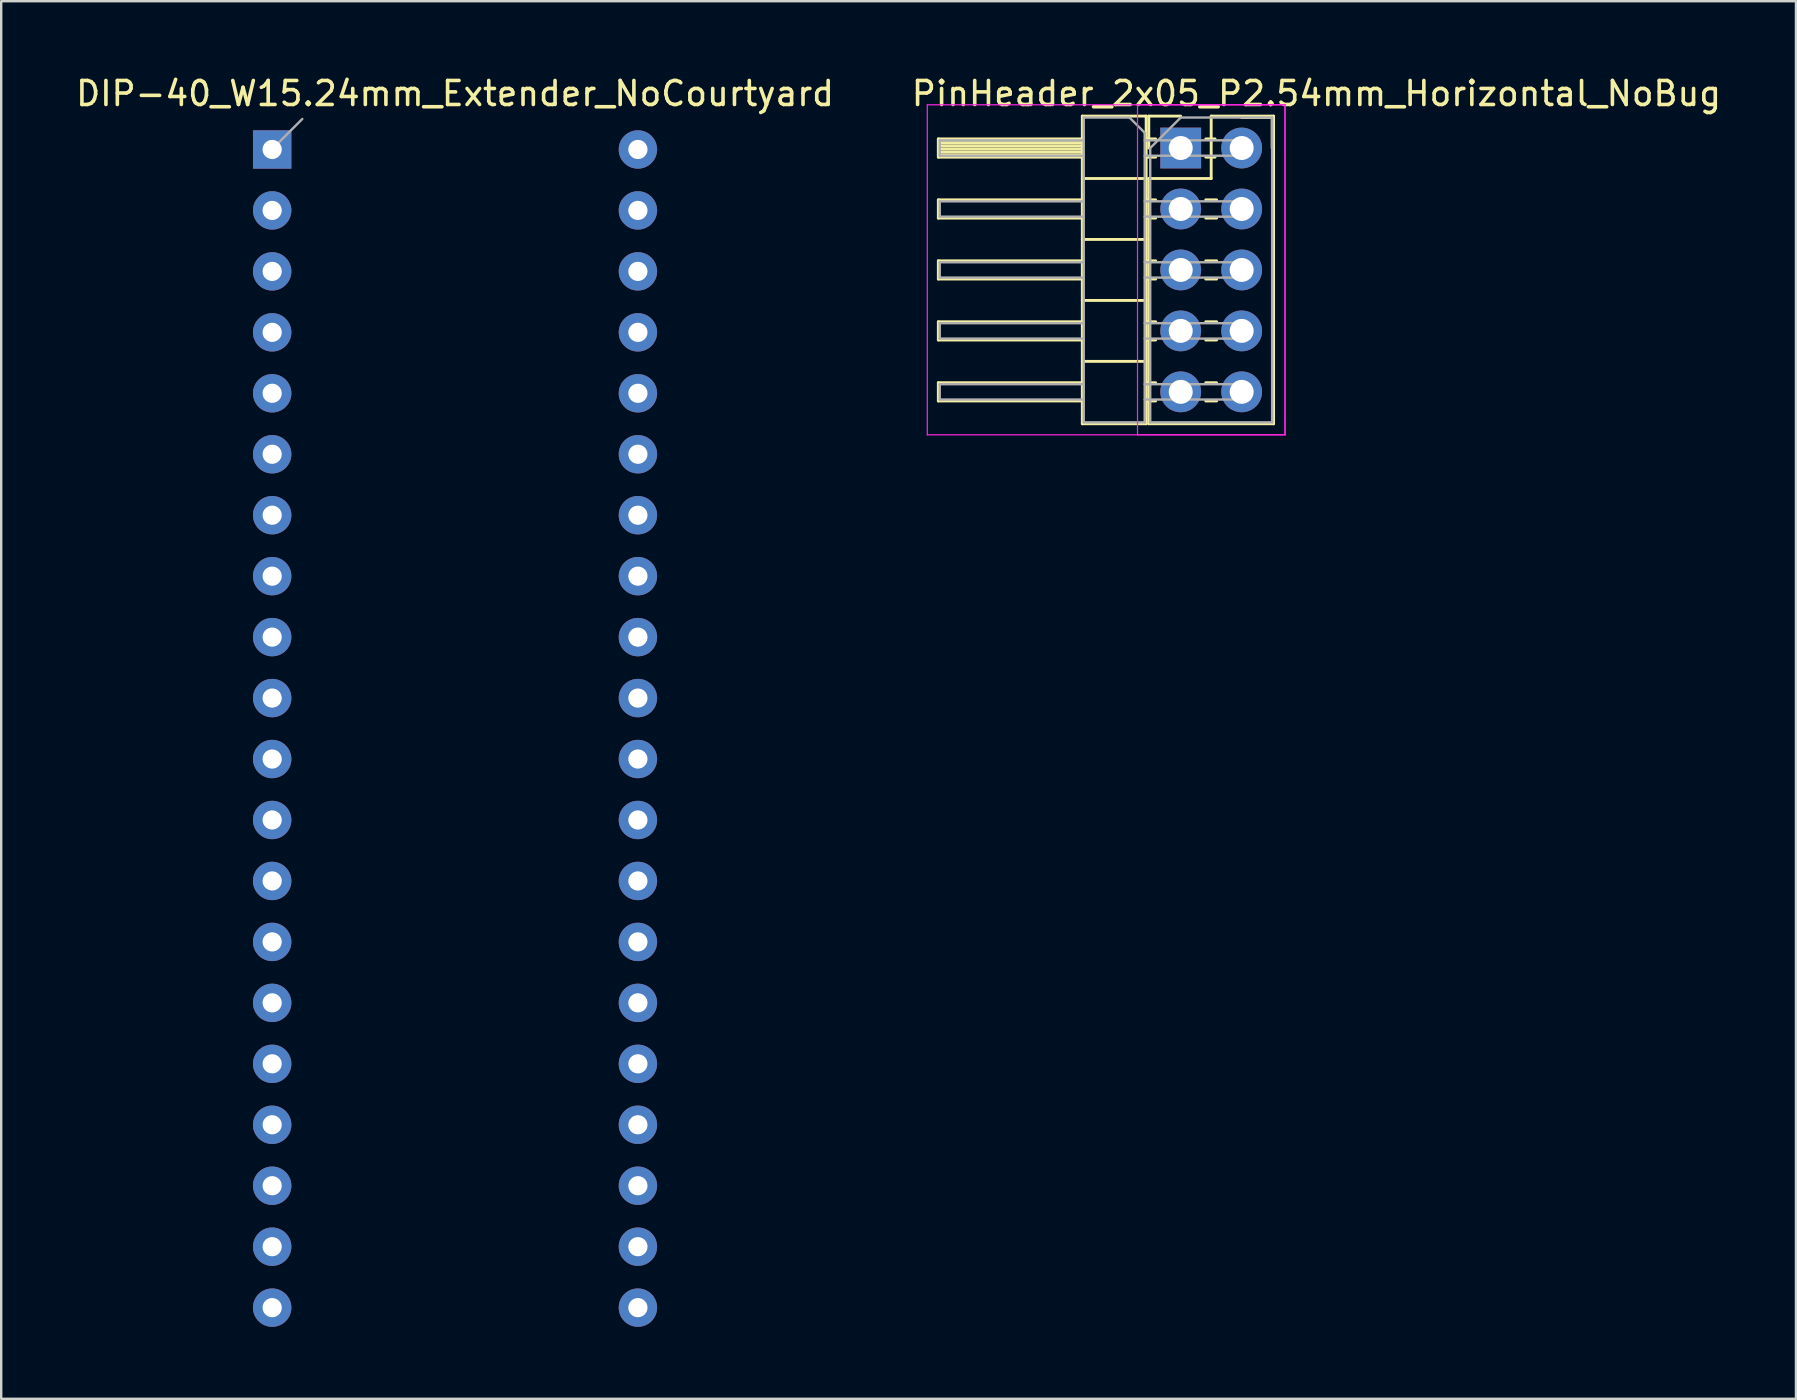
<source format=kicad_pcb>
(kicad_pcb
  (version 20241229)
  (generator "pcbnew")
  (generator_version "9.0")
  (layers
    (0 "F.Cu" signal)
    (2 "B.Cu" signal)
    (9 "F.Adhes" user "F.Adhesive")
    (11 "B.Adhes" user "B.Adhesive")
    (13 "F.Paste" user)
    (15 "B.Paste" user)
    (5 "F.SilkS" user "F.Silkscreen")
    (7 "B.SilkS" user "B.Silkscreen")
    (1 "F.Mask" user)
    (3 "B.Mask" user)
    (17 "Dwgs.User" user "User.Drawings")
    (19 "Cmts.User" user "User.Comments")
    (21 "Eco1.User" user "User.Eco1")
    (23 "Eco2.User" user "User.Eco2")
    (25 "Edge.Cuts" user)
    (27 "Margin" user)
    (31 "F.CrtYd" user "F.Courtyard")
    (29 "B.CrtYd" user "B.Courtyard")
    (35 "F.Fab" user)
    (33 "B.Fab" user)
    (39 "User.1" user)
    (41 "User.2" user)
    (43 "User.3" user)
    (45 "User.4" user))
  (footprint "DIP-40_W15.24mm_Extender_NoCourtyard"
    (layer "F.Cu")
    (at 8.291 3.178)
    (property "Reference" "DIP-40_W15.24mm_Extender_NoCourtyard" (at 7.62 -2.33 180) (layer "F.SilkS") (effects (font (size 1 1) (thickness 0.15))))
    (attr through_hole)
    (fp_line (start 0.255 -0.27) (end 1.255 -1.27) (stroke (width 0.1) (type solid)) (layer "F.Fab"))
    (pad "1" thru_hole rect (at 0 0) (size 1.6 1.6) (drill 0.8) (layers "*.Cu" "*.Mask"))
    (pad "2" thru_hole oval (at 0 2.54) (size 1.6 1.6) (drill 0.8) (layers "*.Cu" "*.Mask"))
    (pad "3" thru_hole oval (at 0 5.08) (size 1.6 1.6) (drill 0.8) (layers "*.Cu" "*.Mask"))
    (pad "4" thru_hole oval (at 0 7.62) (size 1.6 1.6) (drill 0.8) (layers "*.Cu" "*.Mask"))
    (pad "5" thru_hole oval (at 0 10.16) (size 1.6 1.6) (drill 0.8) (layers "*.Cu" "*.Mask"))
    (pad "6" thru_hole oval (at 0 12.7) (size 1.6 1.6) (drill 0.8) (layers "*.Cu" "*.Mask"))
    (pad "7" thru_hole oval (at 0 15.24) (size 1.6 1.6) (drill 0.8) (layers "*.Cu" "*.Mask"))
    (pad "8" thru_hole oval (at 0 17.78) (size 1.6 1.6) (drill 0.8) (layers "*.Cu" "*.Mask"))
    (pad "9" thru_hole oval (at 0 20.32) (size 1.6 1.6) (drill 0.8) (layers "*.Cu" "*.Mask"))
    (pad "10" thru_hole oval (at 0 22.86) (size 1.6 1.6) (drill 0.8) (layers "*.Cu" "*.Mask"))
    (pad "11" thru_hole oval (at 0 25.4) (size 1.6 1.6) (drill 0.8) (layers "*.Cu" "*.Mask"))
    (pad "12" thru_hole oval (at 0 27.94) (size 1.6 1.6) (drill 0.8) (layers "*.Cu" "*.Mask"))
    (pad "13" thru_hole oval (at 0 30.48) (size 1.6 1.6) (drill 0.8) (layers "*.Cu" "*.Mask"))
    (pad "14" thru_hole oval (at 0 33.02) (size 1.6 1.6) (drill 0.8) (layers "*.Cu" "*.Mask"))
    (pad "15" thru_hole oval (at 0 35.56) (size 1.6 1.6) (drill 0.8) (layers "*.Cu" "*.Mask"))
    (pad "16" thru_hole oval (at 0 38.1) (size 1.6 1.6) (drill 0.8) (layers "*.Cu" "*.Mask"))
    (pad "17" thru_hole oval (at 0 40.64) (size 1.6 1.6) (drill 0.8) (layers "*.Cu" "*.Mask"))
    (pad "18" thru_hole oval (at 0 43.18) (size 1.6 1.6) (drill 0.8) (layers "*.Cu" "*.Mask"))
    (pad "19" thru_hole oval (at 0 45.72) (size 1.6 1.6) (drill 0.8) (layers "*.Cu" "*.Mask"))
    (pad "20" thru_hole oval (at 0 48.26) (size 1.6 1.6) (drill 0.8) (layers "*.Cu" "*.Mask"))
    (pad "21" thru_hole oval (at 15.24 48.26) (size 1.6 1.6) (drill 0.8) (layers "*.Cu" "*.Mask"))
    (pad "22" thru_hole oval (at 15.24 45.72) (size 1.6 1.6) (drill 0.8) (layers "*.Cu" "*.Mask"))
    (pad "23" thru_hole oval (at 15.24 43.18) (size 1.6 1.6) (drill 0.8) (layers "*.Cu" "*.Mask"))
    (pad "24" thru_hole oval (at 15.24 40.64) (size 1.6 1.6) (drill 0.8) (layers "*.Cu" "*.Mask"))
    (pad "25" thru_hole oval (at 15.24 38.1) (size 1.6 1.6) (drill 0.8) (layers "*.Cu" "*.Mask"))
    (pad "26" thru_hole oval (at 15.24 35.56) (size 1.6 1.6) (drill 0.8) (layers "*.Cu" "*.Mask"))
    (pad "27" thru_hole oval (at 15.24 33.02) (size 1.6 1.6) (drill 0.8) (layers "*.Cu" "*.Mask"))
    (pad "28" thru_hole oval (at 15.24 30.48) (size 1.6 1.6) (drill 0.8) (layers "*.Cu" "*.Mask"))
    (pad "29" thru_hole oval (at 15.24 27.94) (size 1.6 1.6) (drill 0.8) (layers "*.Cu" "*.Mask"))
    (pad "30" thru_hole oval (at 15.24 25.4) (size 1.6 1.6) (drill 0.8) (layers "*.Cu" "*.Mask"))
    (pad "31" thru_hole oval (at 15.24 22.86) (size 1.6 1.6) (drill 0.8) (layers "*.Cu" "*.Mask"))
    (pad "32" thru_hole oval (at 15.24 20.32) (size 1.6 1.6) (drill 0.8) (layers "*.Cu" "*.Mask"))
    (pad "33" thru_hole oval (at 15.24 17.78) (size 1.6 1.6) (drill 0.8) (layers "*.Cu" "*.Mask"))
    (pad "34" thru_hole oval (at 15.24 15.24) (size 1.6 1.6) (drill 0.8) (layers "*.Cu" "*.Mask"))
    (pad "35" thru_hole oval (at 15.24 12.7) (size 1.6 1.6) (drill 0.8) (layers "*.Cu" "*.Mask"))
    (pad "36" thru_hole oval (at 15.24 10.16) (size 1.6 1.6) (drill 0.8) (layers "*.Cu" "*.Mask"))
    (pad "37" thru_hole oval (at 15.24 7.62) (size 1.6 1.6) (drill 0.8) (layers "*.Cu" "*.Mask"))
    (pad "38" thru_hole oval (at 15.24 5.08) (size 1.6 1.6) (drill 0.8) (layers "*.Cu" "*.Mask"))
    (pad "39" thru_hole oval (at 15.24 2.54) (size 1.6 1.6) (drill 0.8) (layers "*.Cu" "*.Mask"))
    (pad "40" thru_hole oval (at 15.24 0) (size 1.6 1.6) (drill 0.8) (layers "*.Cu" "*.Mask")))
  (footprint "PinHeader_2x05_P2.54mm_Horizontal_NoBug"
    (layer "F.Cu")
    (at 46.149 3.118)
    (property "Reference" "PinHeader_2x05_P2.54mm_Horizontal_NoBug" (at 5.655 -2.27 0) (layer "F.SilkS") (effects (font (size 1 1) (thickness 0.15))))
    (attr through_hole)
    (fp_line (start -10.1 -0.38) (end -10.1 0.38) (stroke (width 0.12) (type solid)) (layer "F.SilkS"))
    (fp_line (start -10.1 0.38) (end -4.1 0.38) (stroke (width 0.12) (type solid)) (layer "F.SilkS"))
    (fp_line (start -10.1 2.16) (end -10.1 2.92) (stroke (width 0.12) (type solid)) (layer "F.SilkS"))
    (fp_line (start -10.1 2.92) (end -4.1 2.92) (stroke (width 0.12) (type solid)) (layer "F.SilkS"))
    (fp_line (start -10.1 4.7) (end -10.1 5.46) (stroke (width 0.12) (type solid)) (layer "F.SilkS"))
    (fp_line (start -10.1 5.46) (end -4.1 5.46) (stroke (width 0.12) (type solid)) (layer "F.SilkS"))
    (fp_line (start -10.1 7.24) (end -10.1 8) (stroke (width 0.12) (type solid)) (layer "F.SilkS"))
    (fp_line (start -10.1 8) (end -4.1 8) (stroke (width 0.12) (type solid)) (layer "F.SilkS"))
    (fp_line (start -10.1 9.78) (end -10.1 10.54) (stroke (width 0.12) (type solid)) (layer "F.SilkS"))
    (fp_line (start -10.1 10.54) (end -4.1 10.54) (stroke (width 0.12) (type solid)) (layer "F.SilkS"))
    (fp_line (start -4.1 -1.33) (end -1.44 -1.33) (stroke (width 0.12) (type solid)) (layer "F.SilkS"))
    (fp_line (start -4.1 -0.38) (end -10.1 -0.38) (stroke (width 0.12) (type solid)) (layer "F.SilkS"))
    (fp_line (start -4.1 -0.32) (end -10.1 -0.32) (stroke (width 0.12) (type solid)) (layer "F.SilkS"))
    (fp_line (start -4.1 -0.2) (end -10.1 -0.2) (stroke (width 0.12) (type solid)) (layer "F.SilkS"))
    (fp_line (start -4.1 -0.08) (end -10.1 -0.08) (stroke (width 0.12) (type solid)) (layer "F.SilkS"))
    (fp_line (start -4.1 0.04) (end -10.1 0.04) (stroke (width 0.12) (type solid)) (layer "F.SilkS"))
    (fp_line (start -4.1 0.16) (end -10.1 0.16) (stroke (width 0.12) (type solid)) (layer "F.SilkS"))
    (fp_line (start -4.1 0.28) (end -10.1 0.28) (stroke (width 0.12) (type solid)) (layer "F.SilkS"))
    (fp_line (start -4.1 2.16) (end -10.1 2.16) (stroke (width 0.12) (type solid)) (layer "F.SilkS"))
    (fp_line (start -4.1 4.7) (end -10.1 4.7) (stroke (width 0.12) (type solid)) (layer "F.SilkS"))
    (fp_line (start -4.1 7.24) (end -10.1 7.24) (stroke (width 0.12) (type solid)) (layer "F.SilkS"))
    (fp_line (start -4.1 9.78) (end -10.1 9.78) (stroke (width 0.12) (type solid)) (layer "F.SilkS"))
    (fp_line (start -4.1 11.49) (end -4.1 -1.33) (stroke (width 0.12) (type solid)) (layer "F.SilkS"))
    (fp_line (start -1.44 -1.33) (end -1.44 11.49) (stroke (width 0.12) (type solid)) (layer "F.SilkS"))
    (fp_line (start -1.44 1.27) (end -4.1 1.27) (stroke (width 0.12) (type solid)) (layer "F.SilkS"))
    (fp_line (start -1.44 3.81) (end -4.1 3.81) (stroke (width 0.12) (type solid)) (layer "F.SilkS"))
    (fp_line (start -1.44 6.35) (end -4.1 6.35) (stroke (width 0.12) (type solid)) (layer "F.SilkS"))
    (fp_line (start -1.44 8.89) (end -4.1 8.89) (stroke (width 0.12) (type solid)) (layer "F.SilkS"))
    (fp_line (start -1.44 11.49) (end -4.1 11.49) (stroke (width 0.12) (type solid)) (layer "F.SilkS"))
    (fp_line (start -1.33 -1.33) (end 0 -1.33) (stroke (width 0.12) (type solid)) (layer "F.SilkS"))
    (fp_line (start -1.33 0) (end -1.33 -1.33) (stroke (width 0.12) (type solid)) (layer "F.SilkS"))
    (fp_line (start -1.33 1.27) (end -1.33 11.49) (stroke (width 0.12) (type solid)) (layer "F.SilkS"))
    (fp_line (start -1.33 1.27) (end 1.27 1.27) (stroke (width 0.12) (type solid)) (layer "F.SilkS"))
    (fp_line (start -1.33 11.49) (end 3.87 11.49) (stroke (width 0.12) (type solid)) (layer "F.SilkS"))
    (fp_line (start -1.043 -0.38) (end -1.44 -0.38) (stroke (width 0.12) (type solid)) (layer "F.SilkS"))
    (fp_line (start -1.043 0.38) (end -1.44 0.38) (stroke (width 0.12) (type solid)) (layer "F.SilkS"))
    (fp_line (start -1.043 2.16) (end -1.44 2.16) (stroke (width 0.12) (type solid)) (layer "F.SilkS"))
    (fp_line (start -1.043 2.92) (end -1.44 2.92) (stroke (width 0.12) (type solid)) (layer "F.SilkS"))
    (fp_line (start -1.043 4.7) (end -1.44 4.7) (stroke (width 0.12) (type solid)) (layer "F.SilkS"))
    (fp_line (start -1.043 5.46) (end -1.44 5.46) (stroke (width 0.12) (type solid)) (layer "F.SilkS"))
    (fp_line (start -1.043 7.24) (end -1.44 7.24) (stroke (width 0.12) (type solid)) (layer "F.SilkS"))
    (fp_line (start -1.043 8) (end -1.44 8) (stroke (width 0.12) (type solid)) (layer "F.SilkS"))
    (fp_line (start -1.043 9.78) (end -1.44 9.78) (stroke (width 0.12) (type solid)) (layer "F.SilkS"))
    (fp_line (start -1.043 10.54) (end -1.44 10.54) (stroke (width 0.12) (type solid)) (layer "F.SilkS"))
    (fp_line (start 1.27 -1.33) (end 3.87 -1.33) (stroke (width 0.12) (type solid)) (layer "F.SilkS"))
    (fp_line (start 1.27 1.27) (end 1.27 -1.33) (stroke (width 0.12) (type solid)) (layer "F.SilkS"))
    (fp_line (start 1.43 -0.38) (end 1.043 -0.38) (stroke (width 0.12) (type solid)) (layer "F.SilkS"))
    (fp_line (start 1.43 0.38) (end 1.043 0.38) (stroke (width 0.12) (type solid)) (layer "F.SilkS"))
    (fp_line (start 1.497 2.16) (end 1.043 2.16) (stroke (width 0.12) (type solid)) (layer "F.SilkS"))
    (fp_line (start 1.497 2.92) (end 1.043 2.92) (stroke (width 0.12) (type solid)) (layer "F.SilkS"))
    (fp_line (start 1.497 4.7) (end 1.043 4.7) (stroke (width 0.12) (type solid)) (layer "F.SilkS"))
    (fp_line (start 1.497 5.46) (end 1.043 5.46) (stroke (width 0.12) (type solid)) (layer "F.SilkS"))
    (fp_line (start 1.497 7.24) (end 1.043 7.24) (stroke (width 0.12) (type solid)) (layer "F.SilkS"))
    (fp_line (start 1.497 8) (end 1.043 8) (stroke (width 0.12) (type solid)) (layer "F.SilkS"))
    (fp_line (start 1.497 9.78) (end 1.043 9.78) (stroke (width 0.12) (type solid)) (layer "F.SilkS"))
    (fp_line (start 1.497 10.54) (end 1.043 10.54) (stroke (width 0.12) (type solid)) (layer "F.SilkS"))
    (fp_line (start 3.81 -1.27) (end 2.54 -1.27) (stroke (width 0.12) (type solid)) (layer "F.SilkS"))
    (fp_line (start 3.81 0) (end 3.81 -1.27) (stroke (width 0.12) (type solid)) (layer "F.SilkS"))
    (fp_line (start 3.87 -1.33) (end 3.87 11.49) (stroke (width 0.12) (type solid)) (layer "F.SilkS"))
    (fp_line (start -10.56 -1.8) (end 4.34 -1.8) (stroke (width 0.05) (type solid)) (layer "F.CrtYd"))
    (fp_line (start -10.56 11.95) (end -10.56 -1.8) (stroke (width 0.05) (type solid)) (layer "F.CrtYd"))
    (fp_line (start -1.8 -1.8) (end -1.8 11.95) (stroke (width 0.05) (type solid)) (layer "F.CrtYd"))
    (fp_line (start -1.8 11.95) (end 4.35 11.95) (stroke (width 0.05) (type solid)) (layer "F.CrtYd"))
    (fp_line (start 4.34 -1.8) (end 4.34 11.95) (stroke (width 0.05) (type solid)) (layer "F.CrtYd"))
    (fp_line (start 4.34 11.95) (end -10.56 11.95) (stroke (width 0.05) (type solid)) (layer "F.CrtYd"))
    (fp_line (start 4.35 -1.8) (end -1.8 -1.8) (stroke (width 0.05) (type solid)) (layer "F.CrtYd"))
    (fp_line (start 4.35 11.95) (end 4.35 -1.8) (stroke (width 0.05) (type solid)) (layer "F.CrtYd"))
    (fp_line (start -10.04 -0.32) (end -10.04 0.32) (stroke (width 0.1) (type solid)) (layer "F.Fab"))
    (fp_line (start -10.04 2.22) (end -10.04 2.86) (stroke (width 0.1) (type solid)) (layer "F.Fab"))
    (fp_line (start -10.04 4.76) (end -10.04 5.4) (stroke (width 0.1) (type solid)) (layer "F.Fab"))
    (fp_line (start -10.04 7.3) (end -10.04 7.94) (stroke (width 0.1) (type solid)) (layer "F.Fab"))
    (fp_line (start -10.04 9.84) (end -10.04 10.48) (stroke (width 0.1) (type solid)) (layer "F.Fab"))
    (fp_line (start -4.04 -1.27) (end -4.04 11.43) (stroke (width 0.1) (type solid)) (layer "F.Fab"))
    (fp_line (start -4.04 -0.32) (end -10.04 -0.32) (stroke (width 0.1) (type solid)) (layer "F.Fab"))
    (fp_line (start -4.04 0.32) (end -10.04 0.32) (stroke (width 0.1) (type solid)) (layer "F.Fab"))
    (fp_line (start -4.04 2.22) (end -10.04 2.22) (stroke (width 0.1) (type solid)) (layer "F.Fab"))
    (fp_line (start -4.04 2.86) (end -10.04 2.86) (stroke (width 0.1) (type solid)) (layer "F.Fab"))
    (fp_line (start -4.04 4.76) (end -10.04 4.76) (stroke (width 0.1) (type solid)) (layer "F.Fab"))
    (fp_line (start -4.04 5.4) (end -10.04 5.4) (stroke (width 0.1) (type solid)) (layer "F.Fab"))
    (fp_line (start -4.04 7.3) (end -10.04 7.3) (stroke (width 0.1) (type solid)) (layer "F.Fab"))
    (fp_line (start -4.04 7.94) (end -10.04 7.94) (stroke (width 0.1) (type solid)) (layer "F.Fab"))
    (fp_line (start -4.04 9.84) (end -10.04 9.84) (stroke (width 0.1) (type solid)) (layer "F.Fab"))
    (fp_line (start -4.04 10.48) (end -10.04 10.48) (stroke (width 0.1) (type solid)) (layer "F.Fab"))
    (fp_line (start -4.04 11.43) (end -1.5 11.43) (stroke (width 0.1) (type solid)) (layer "F.Fab"))
    (fp_line (start -2.135 -1.27) (end -4.04 -1.27) (stroke (width 0.1) (type solid)) (layer "F.Fab"))
    (fp_line (start -1.5 -0.635) (end -2.135 -1.27) (stroke (width 0.1) (type solid)) (layer "F.Fab"))
    (fp_line (start -1.5 11.43) (end -1.5 -0.635) (stroke (width 0.1) (type solid)) (layer "F.Fab"))
    (fp_line (start -1.27 0) (end 0 -1.27) (stroke (width 0.1) (type solid)) (layer "F.Fab"))
    (fp_line (start -1.27 11.43) (end -1.27 0) (stroke (width 0.1) (type solid)) (layer "F.Fab"))
    (fp_line (start 0 -1.27) (end 3.81 -1.27) (stroke (width 0.1) (type solid)) (layer "F.Fab"))
    (fp_line (start 2.86 -0.32) (end -1.5 -0.32) (stroke (width 0.1) (type solid)) (layer "F.Fab"))
    (fp_line (start 2.86 -0.32) (end 2.86 0.32) (stroke (width 0.1) (type solid)) (layer "F.Fab"))
    (fp_line (start 2.86 0.32) (end -1.5 0.32) (stroke (width 0.1) (type solid)) (layer "F.Fab"))
    (fp_line (start 2.86 2.22) (end -1.5 2.22) (stroke (width 0.1) (type solid)) (layer "F.Fab"))
    (fp_line (start 2.86 2.22) (end 2.86 2.86) (stroke (width 0.1) (type solid)) (layer "F.Fab"))
    (fp_line (start 2.86 2.86) (end -1.5 2.86) (stroke (width 0.1) (type solid)) (layer "F.Fab"))
    (fp_line (start 2.86 4.76) (end -1.5 4.76) (stroke (width 0.1) (type solid)) (layer "F.Fab"))
    (fp_line (start 2.86 4.76) (end 2.86 5.4) (stroke (width 0.1) (type solid)) (layer "F.Fab"))
    (fp_line (start 2.86 5.4) (end -1.5 5.4) (stroke (width 0.1) (type solid)) (layer "F.Fab"))
    (fp_line (start 2.86 7.3) (end -1.5 7.3) (stroke (width 0.1) (type solid)) (layer "F.Fab"))
    (fp_line (start 2.86 7.3) (end 2.86 7.94) (stroke (width 0.1) (type solid)) (layer "F.Fab"))
    (fp_line (start 2.86 7.94) (end -1.5 7.94) (stroke (width 0.1) (type solid)) (layer "F.Fab"))
    (fp_line (start 2.86 9.84) (end -1.5 9.84) (stroke (width 0.1) (type solid)) (layer "F.Fab"))
    (fp_line (start 2.86 9.84) (end 2.86 10.48) (stroke (width 0.1) (type solid)) (layer "F.Fab"))
    (fp_line (start 2.86 10.48) (end -1.5 10.48) (stroke (width 0.1) (type solid)) (layer "F.Fab"))
    (fp_line (start 3.81 -1.27) (end 3.81 11.43) (stroke (width 0.1) (type solid)) (layer "F.Fab"))
    (fp_line (start 3.81 11.43) (end -1.27 11.43) (stroke (width 0.1) (type solid)) (layer "F.Fab"))
    (pad "1" thru_hole rect (at 0 0) (size 1.7 1.7) (drill 1) (layers "*.Cu" "*.Mask"))
    (pad "2" thru_hole oval (at 2.54 0) (size 1.7 1.7) (drill 1) (layers "*.Cu" "*.Mask"))
    (pad "3" thru_hole oval (at 0 2.54) (size 1.7 1.7) (drill 1) (layers "*.Cu" "*.Mask"))
    (pad "4" thru_hole oval (at 2.54 2.54) (size 1.7 1.7) (drill 1) (layers "*.Cu" "*.Mask"))
    (pad "5" thru_hole oval (at 0 5.08) (size 1.7 1.7) (drill 1) (layers "*.Cu" "*.Mask"))
    (pad "6" thru_hole oval (at 2.54 5.08) (size 1.7 1.7) (drill 1) (layers "*.Cu" "*.Mask"))
    (pad "7" thru_hole oval (at 0 7.62) (size 1.7 1.7) (drill 1) (layers "*.Cu" "*.Mask"))
    (pad "8" thru_hole oval (at 2.54 7.62) (size 1.7 1.7) (drill 1) (layers "*.Cu" "*.Mask"))
    (pad "9" thru_hole oval (at 0 10.16) (size 1.7 1.7) (drill 1) (layers "*.Cu" "*.Mask"))
    (pad "10" thru_hole oval (at 2.54 10.16) (size 1.7 1.7) (drill 1) (layers "*.Cu" "*.Mask")))
  (gr_rect
    (start -3 -3)
    (end 71.786 55.238)
    (stroke (width 0.1) (type default))
    (fill no)
    (layer "Edge.Cuts")))
</source>
